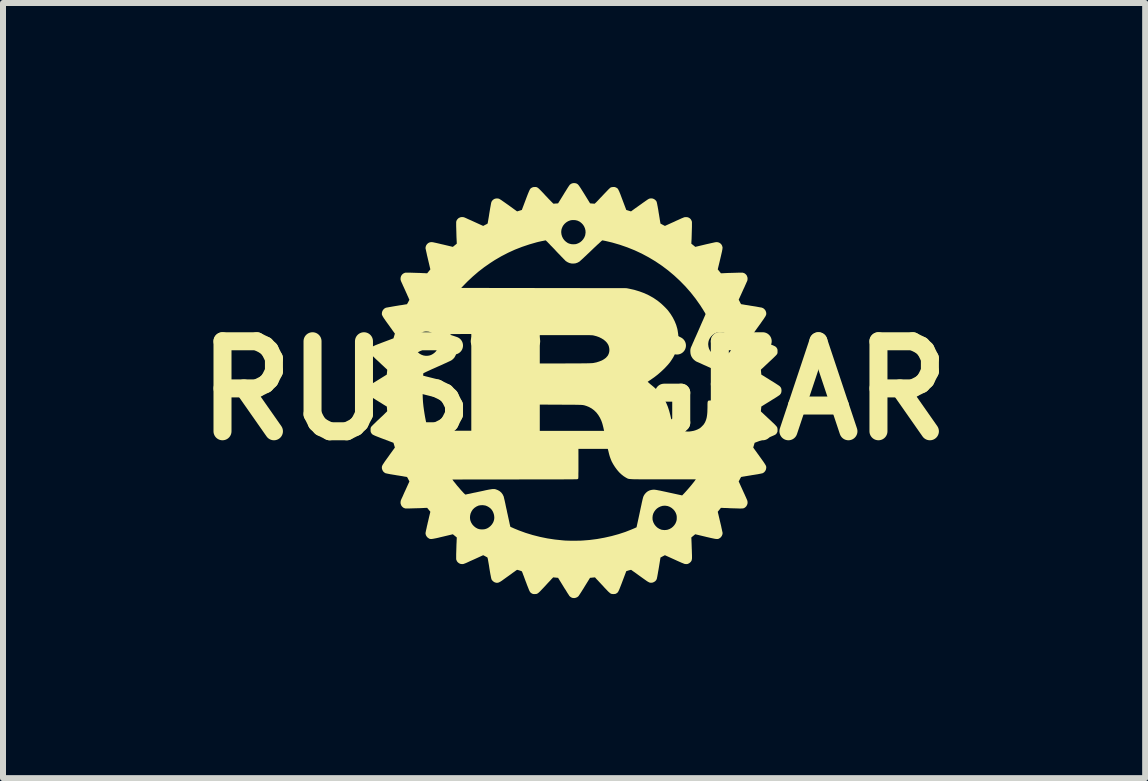
<source format=kicad_pcb>
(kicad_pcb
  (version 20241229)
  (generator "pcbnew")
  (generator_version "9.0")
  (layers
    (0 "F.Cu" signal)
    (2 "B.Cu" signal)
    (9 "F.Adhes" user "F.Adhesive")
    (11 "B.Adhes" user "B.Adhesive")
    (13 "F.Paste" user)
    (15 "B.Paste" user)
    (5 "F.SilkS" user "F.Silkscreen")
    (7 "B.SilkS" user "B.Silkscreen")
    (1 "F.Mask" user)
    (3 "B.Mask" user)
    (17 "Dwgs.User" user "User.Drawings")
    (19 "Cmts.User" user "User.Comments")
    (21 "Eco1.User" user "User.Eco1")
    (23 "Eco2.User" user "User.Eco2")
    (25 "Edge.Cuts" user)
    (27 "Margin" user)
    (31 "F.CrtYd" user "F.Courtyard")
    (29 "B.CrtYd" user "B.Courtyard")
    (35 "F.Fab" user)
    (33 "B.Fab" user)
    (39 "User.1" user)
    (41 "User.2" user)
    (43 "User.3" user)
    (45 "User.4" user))
  (footprint "RUST_GEAR"
    (layer "F.Cu")
    (at 6.514 3.457)
    (property "Reference" "RUST_GEAR" (at 0 0 0) (layer "F.SilkS") (effects (font (size 1.5 1.5) (thickness 0.3))))
    (attr board_only exclude_from_pos_files exclude_from_bom)
    (fp_poly (pts (xy 0.021 -3.455) (xy 0.029 -3.453) (xy 0.037 -3.451) (xy 0.044 -3.448) (xy 0.051 -3.444) (xy 0.058 -3.44) (xy 0.065 -3.433) (xy 0.073 -3.425) (xy 0.082 -3.413) (xy 0.092 -3.399) (xy 0.105 -3.38) (xy 0.119 -3.358) (xy 0.136 -3.331) (xy 0.156 -3.299) (xy 0.173 -3.272) (xy 0.267 -3.119) (xy 0.302 -3.116) (xy 0.318 -3.115) (xy 0.331 -3.114) (xy 0.34 -3.114) (xy 0.343 -3.113) (xy 0.347 -3.116) (xy 0.354 -3.123) (xy 0.366 -3.134) (xy 0.381 -3.149) (xy 0.398 -3.167) (xy 0.418 -3.188) (xy 0.44 -3.212) (xy 0.464 -3.236) (xy 0.47 -3.243) (xy 0.502 -3.277) (xy 0.53 -3.306) (xy 0.554 -3.331) (xy 0.573 -3.351) (xy 0.589 -3.366) (xy 0.6 -3.376) (xy 0.606 -3.381) (xy 0.617 -3.386) (xy 0.63 -3.389) (xy 0.646 -3.391) (xy 0.65 -3.391) (xy 0.665 -3.391) (xy 0.676 -3.391) (xy 0.686 -3.388) (xy 0.697 -3.384) (xy 0.697 -3.384) (xy 0.705 -3.38) (xy 0.712 -3.376) (xy 0.719 -3.372) (xy 0.725 -3.366) (xy 0.731 -3.358) (xy 0.737 -3.349) (xy 0.743 -3.336) (xy 0.751 -3.321) (xy 0.759 -3.301) (xy 0.769 -3.277) (xy 0.78 -3.248) (xy 0.793 -3.213) (xy 0.807 -3.176) (xy 0.87 -3.009) (xy 0.909 -2.997) (xy 0.949 -2.985) (xy 1.016 -3.034) (xy 1.057 -3.063) (xy 1.092 -3.088) (xy 1.123 -3.11) (xy 1.149 -3.129) (xy 1.171 -3.144) (xy 1.189 -3.157) (xy 1.205 -3.168) (xy 1.217 -3.176) (xy 1.227 -3.183) (xy 1.235 -3.188) (xy 1.241 -3.191) (xy 1.246 -3.194) (xy 1.25 -3.196) (xy 1.254 -3.197) (xy 1.256 -3.198) (xy 1.281 -3.202) (xy 1.306 -3.2) (xy 1.329 -3.192) (xy 1.349 -3.179) (xy 1.366 -3.162) (xy 1.376 -3.145) (xy 1.378 -3.137) (xy 1.381 -3.124) (xy 1.385 -3.106) (xy 1.389 -3.084) (xy 1.394 -3.06) (xy 1.398 -3.034) (xy 1.399 -3.032) (xy 1.404 -3.002) (xy 1.409 -2.968) (xy 1.415 -2.934) (xy 1.42 -2.902) (xy 1.425 -2.873) (xy 1.427 -2.858) (xy 1.44 -2.782) (xy 1.477 -2.762) (xy 1.514 -2.743) (xy 1.628 -2.795) (xy 1.669 -2.813) (xy 1.704 -2.83) (xy 1.734 -2.843) (xy 1.76 -2.855) (xy 1.78 -2.864) (xy 1.797 -2.872) (xy 1.811 -2.877) (xy 1.822 -2.882) (xy 1.831 -2.885) (xy 1.838 -2.887) (xy 1.843 -2.889) (xy 1.848 -2.89) (xy 1.853 -2.89) (xy 1.858 -2.89) (xy 1.86 -2.89) (xy 1.886 -2.889) (xy 1.91 -2.881) (xy 1.931 -2.868) (xy 1.947 -2.85) (xy 1.959 -2.827) (xy 1.963 -2.814) (xy 1.964 -2.807) (xy 1.964 -2.794) (xy 1.964 -2.776) (xy 1.964 -2.753) (xy 1.964 -2.726) (xy 1.963 -2.696) (xy 1.962 -2.664) (xy 1.961 -2.63) (xy 1.96 -2.595) (xy 1.959 -2.56) (xy 1.958 -2.526) (xy 1.956 -2.493) (xy 1.955 -2.476) (xy 1.954 -2.447) (xy 1.987 -2.421) (xy 2.02 -2.394) (xy 2.183 -2.433) (xy 2.217 -2.441) (xy 2.249 -2.448) (xy 2.279 -2.455) (xy 2.306 -2.461) (xy 2.329 -2.466) (xy 2.347 -2.47) (xy 2.361 -2.472) (xy 2.368 -2.473) (xy 2.393 -2.472) (xy 2.416 -2.465) (xy 2.437 -2.452) (xy 2.454 -2.435) (xy 2.466 -2.414) (xy 2.473 -2.39) (xy 2.474 -2.382) (xy 2.474 -2.377) (xy 2.473 -2.37) (xy 2.472 -2.361) (xy 2.471 -2.351) (xy 2.468 -2.337) (xy 2.465 -2.32) (xy 2.46 -2.298) (xy 2.454 -2.272) (xy 2.447 -2.241) (xy 2.438 -2.203) (xy 2.435 -2.19) (xy 2.394 -2.019) (xy 2.421 -1.986) (xy 2.447 -1.954) (xy 2.481 -1.955) (xy 2.521 -1.957) (xy 2.561 -1.959) (xy 2.6 -1.96) (xy 2.638 -1.961) (xy 2.674 -1.962) (xy 2.708 -1.963) (xy 2.738 -1.964) (xy 2.764 -1.964) (xy 2.785 -1.964) (xy 2.801 -1.964) (xy 2.811 -1.964) (xy 2.814 -1.963) (xy 2.838 -1.955) (xy 2.858 -1.94) (xy 2.875 -1.921) (xy 2.88 -1.91) (xy 2.889 -1.886) (xy 2.891 -1.861) (xy 2.888 -1.837) (xy 2.886 -1.831) (xy 2.884 -1.825) (xy 2.879 -1.814) (xy 2.871 -1.797) (xy 2.862 -1.776) (xy 2.851 -1.752) (xy 2.839 -1.724) (xy 2.825 -1.695) (xy 2.812 -1.666) (xy 2.743 -1.514) (xy 2.762 -1.478) (xy 2.769 -1.463) (xy 2.776 -1.451) (xy 2.781 -1.443) (xy 2.783 -1.44) (xy 2.787 -1.439) (xy 2.797 -1.437) (xy 2.812 -1.435) (xy 2.833 -1.431) (xy 2.857 -1.427) (xy 2.885 -1.423) (xy 2.916 -1.418) (xy 2.949 -1.412) (xy 2.983 -1.407) (xy 3.015 -1.402) (xy 3.044 -1.397) (xy 3.07 -1.392) (xy 3.092 -1.388) (xy 3.11 -1.385) (xy 3.122 -1.383) (xy 3.127 -1.382) (xy 3.15 -1.373) (xy 3.169 -1.358) (xy 3.185 -1.34) (xy 3.196 -1.317) (xy 3.202 -1.294) (xy 3.202 -1.283) (xy 3.202 -1.275) (xy 3.201 -1.268) (xy 3.199 -1.26) (xy 3.195 -1.251) (xy 3.19 -1.24) (xy 3.182 -1.227) (xy 3.172 -1.212) (xy 3.16 -1.193) (xy 3.144 -1.171) (xy 3.125 -1.144) (xy 3.103 -1.112) (xy 3.091 -1.096) (xy 3.071 -1.068) (xy 3.052 -1.042) (xy 3.035 -1.018) (xy 3.02 -0.997) (xy 3.008 -0.98) (xy 2.998 -0.966) (xy 2.991 -0.957) (xy 2.988 -0.953) (xy 2.988 -0.953) (xy 2.988 -0.948) (xy 2.99 -0.937) (xy 2.994 -0.921) (xy 2.997 -0.909) (xy 3.009 -0.87) (xy 3.176 -0.807) (xy 3.216 -0.792) (xy 3.249 -0.779) (xy 3.277 -0.768) (xy 3.3 -0.759) (xy 3.319 -0.751) (xy 3.334 -0.744) (xy 3.346 -0.738) (xy 3.356 -0.732) (xy 3.363 -0.727) (xy 3.368 -0.721) (xy 3.373 -0.716) (xy 3.377 -0.709) (xy 3.38 -0.704) (xy 3.385 -0.696) (xy 3.388 -0.688) (xy 3.389 -0.679) (xy 3.39 -0.666) (xy 3.39 -0.655) (xy 3.39 -0.638) (xy 3.389 -0.627) (xy 3.387 -0.618) (xy 3.383 -0.61) (xy 3.38 -0.605) (xy 3.375 -0.598) (xy 3.365 -0.587) (xy 3.349 -0.571) (xy 3.329 -0.551) (xy 3.304 -0.527) (xy 3.274 -0.499) (xy 3.247 -0.474) (xy 3.223 -0.451) (xy 3.199 -0.429) (xy 3.178 -0.409) (xy 3.159 -0.391) (xy 3.143 -0.376) (xy 3.13 -0.365) (xy 3.122 -0.357) (xy 3.118 -0.354) (xy 3.118 -0.354) (xy 3.115 -0.351) (xy 3.114 -0.347) (xy 3.113 -0.341) (xy 3.114 -0.331) (xy 3.115 -0.316) (xy 3.116 -0.307) (xy 3.12 -0.266) (xy 3.173 -0.234) (xy 3.19 -0.223) (xy 3.211 -0.21) (xy 3.236 -0.195) (xy 3.262 -0.178) (xy 3.29 -0.161) (xy 3.317 -0.145) (xy 3.321 -0.142) (xy 3.345 -0.127) (xy 3.368 -0.112) (xy 3.388 -0.099) (xy 3.405 -0.088) (xy 3.418 -0.079) (xy 3.427 -0.072) (xy 3.429 -0.07) (xy 3.444 -0.052) (xy 3.453 -0.031) (xy 3.456 -0.007) (xy 3.456 0) (xy 3.454 0.026) (xy 3.446 0.048) (xy 3.432 0.067) (xy 3.427 0.072) (xy 3.421 0.077) (xy 3.409 0.085) (xy 3.394 0.095) (xy 3.375 0.108) (xy 3.354 0.121) (xy 3.331 0.136) (xy 3.325 0.139) (xy 3.299 0.155) (xy 3.271 0.173) (xy 3.243 0.19) (xy 3.217 0.206) (xy 3.194 0.22) (xy 3.178 0.23) (xy 3.12 0.266) (xy 3.116 0.307) (xy 3.114 0.325) (xy 3.113 0.337) (xy 3.113 0.344) (xy 3.115 0.349) (xy 3.117 0.352) (xy 3.12 0.355) (xy 3.124 0.359) (xy 3.133 0.367) (xy 3.146 0.379) (xy 3.162 0.394) (xy 3.181 0.412) (xy 3.203 0.432) (xy 3.226 0.454) (xy 3.251 0.477) (xy 3.281 0.505) (xy 3.306 0.529) (xy 3.328 0.549) (xy 3.345 0.566) (xy 3.358 0.58) (xy 3.369 0.592) (xy 3.377 0.602) (xy 3.383 0.611) (xy 3.386 0.62) (xy 3.388 0.628) (xy 3.389 0.636) (xy 3.39 0.646) (xy 3.39 0.656) (xy 3.39 0.672) (xy 3.389 0.683) (xy 3.386 0.692) (xy 3.382 0.7) (xy 3.38 0.704) (xy 3.376 0.711) (xy 3.371 0.718) (xy 3.367 0.723) (xy 3.361 0.729) (xy 3.353 0.734) (xy 3.343 0.74) (xy 3.33 0.746) (xy 3.314 0.753) (xy 3.293 0.762) (xy 3.269 0.772) (xy 3.239 0.783) (xy 3.204 0.796) (xy 3.176 0.807) (xy 3.009 0.87) (xy 2.997 0.909) (xy 2.985 0.949) (xy 3.009 0.983) (xy 3.017 0.994) (xy 3.028 1.009) (xy 3.042 1.028) (xy 3.058 1.051) (xy 3.076 1.075) (xy 3.094 1.101) (xy 3.113 1.127) (xy 3.135 1.158) (xy 3.153 1.183) (xy 3.168 1.205) (xy 3.179 1.222) (xy 3.188 1.237) (xy 3.195 1.249) (xy 3.199 1.259) (xy 3.201 1.269) (xy 3.202 1.277) (xy 3.202 1.286) (xy 3.201 1.294) (xy 3.196 1.318) (xy 3.185 1.34) (xy 3.169 1.359) (xy 3.15 1.373) (xy 3.144 1.376) (xy 3.137 1.378) (xy 3.124 1.381) (xy 3.106 1.385) (xy 3.085 1.389) (xy 3.06 1.394) (xy 3.035 1.398) (xy 3.034 1.398) (xy 3.004 1.403) (xy 2.97 1.408) (xy 2.936 1.414) (xy 2.904 1.419) (xy 2.875 1.424) (xy 2.862 1.426) (xy 2.839 1.43) (xy 2.819 1.433) (xy 2.803 1.436) (xy 2.791 1.438) (xy 2.784 1.44) (xy 2.783 1.44) (xy 2.781 1.444) (xy 2.776 1.452) (xy 2.769 1.464) (xy 2.762 1.478) (xy 2.743 1.514) (xy 2.812 1.666) (xy 2.826 1.697) (xy 2.84 1.727) (xy 2.852 1.754) (xy 2.863 1.778) (xy 2.872 1.799) (xy 2.879 1.815) (xy 2.884 1.826) (xy 2.886 1.832) (xy 2.891 1.856) (xy 2.89 1.881) (xy 2.883 1.904) (xy 2.871 1.926) (xy 2.854 1.944) (xy 2.836 1.956) (xy 2.831 1.959) (xy 2.824 1.961) (xy 2.816 1.962) (xy 2.806 1.964) (xy 2.793 1.964) (xy 2.777 1.965) (xy 2.756 1.965) (xy 2.731 1.964) (xy 2.7 1.963) (xy 2.663 1.962) (xy 2.657 1.962) (xy 2.624 1.961) (xy 2.593 1.96) (xy 2.563 1.958) (xy 2.536 1.957) (xy 2.513 1.957) (xy 2.495 1.956) (xy 2.483 1.955) (xy 2.481 1.955) (xy 2.447 1.954) (xy 2.421 1.986) (xy 2.394 2.019) (xy 2.434 2.189) (xy 2.442 2.223) (xy 2.45 2.256) (xy 2.456 2.286) (xy 2.462 2.312) (xy 2.467 2.336) (xy 2.471 2.354) (xy 2.474 2.367) (xy 2.475 2.375) (xy 2.475 2.375) (xy 2.471 2.399) (xy 2.462 2.421) (xy 2.447 2.442) (xy 2.429 2.458) (xy 2.421 2.462) (xy 2.414 2.466) (xy 2.406 2.47) (xy 2.398 2.472) (xy 2.389 2.473) (xy 2.378 2.473) (xy 2.364 2.472) (xy 2.348 2.47) (xy 2.328 2.466) (xy 2.304 2.461) (xy 2.276 2.455) (xy 2.242 2.447) (xy 2.202 2.438) (xy 2.183 2.433) (xy 2.019 2.394) (xy 1.986 2.421) (xy 1.954 2.447) (xy 1.955 2.476) (xy 1.956 2.486) (xy 1.956 2.501) (xy 1.957 2.522) (xy 1.958 2.547) (xy 1.959 2.576) (xy 1.96 2.607) (xy 1.961 2.639) (xy 1.962 2.652) (xy 1.963 2.691) (xy 1.964 2.723) (xy 1.965 2.75) (xy 1.965 2.772) (xy 1.965 2.79) (xy 1.964 2.804) (xy 1.962 2.815) (xy 1.96 2.824) (xy 1.958 2.832) (xy 1.954 2.839) (xy 1.95 2.846) (xy 1.947 2.85) (xy 1.934 2.864) (xy 1.917 2.877) (xy 1.897 2.887) (xy 1.894 2.888) (xy 1.884 2.89) (xy 1.871 2.891) (xy 1.859 2.89) (xy 1.853 2.89) (xy 1.848 2.889) (xy 1.841 2.888) (xy 1.833 2.885) (xy 1.823 2.881) (xy 1.811 2.876) (xy 1.795 2.87) (xy 1.775 2.861) (xy 1.752 2.851) (xy 1.723 2.838) (xy 1.688 2.822) (xy 1.675 2.816) (xy 1.514 2.743) (xy 1.477 2.762) (xy 1.44 2.782) (xy 1.412 2.954) (xy 1.406 2.989) (xy 1.4 3.021) (xy 1.395 3.052) (xy 1.39 3.079) (xy 1.386 3.102) (xy 1.382 3.12) (xy 1.379 3.134) (xy 1.378 3.141) (xy 1.377 3.141) (xy 1.367 3.16) (xy 1.351 3.177) (xy 1.331 3.19) (xy 1.309 3.199) (xy 1.294 3.201) (xy 1.282 3.202) (xy 1.27 3.201) (xy 1.259 3.199) (xy 1.246 3.193) (xy 1.231 3.185) (xy 1.213 3.174) (xy 1.192 3.159) (xy 1.172 3.145) (xy 1.134 3.118) (xy 1.098 3.092) (xy 1.066 3.069) (xy 1.036 3.047) (xy 1.011 3.029) (xy 0.989 3.014) (xy 0.972 3.002) (xy 0.96 2.993) (xy 0.952 2.988) (xy 0.95 2.987) (xy 0.946 2.987) (xy 0.936 2.99) (xy 0.922 2.993) (xy 0.908 2.997) (xy 0.87 3.009) (xy 0.807 3.176) (xy 0.792 3.216) (xy 0.779 3.249) (xy 0.768 3.277) (xy 0.759 3.3) (xy 0.751 3.319) (xy 0.744 3.334) (xy 0.738 3.346) (xy 0.732 3.356) (xy 0.727 3.363) (xy 0.721 3.368) (xy 0.716 3.373) (xy 0.709 3.377) (xy 0.704 3.38) (xy 0.695 3.385) (xy 0.687 3.388) (xy 0.677 3.389) (xy 0.664 3.39) (xy 0.656 3.39) (xy 0.645 3.39) (xy 0.636 3.389) (xy 0.628 3.388) (xy 0.619 3.386) (xy 0.611 3.382) (xy 0.602 3.377) (xy 0.592 3.368) (xy 0.58 3.358) (xy 0.565 3.344) (xy 0.548 3.326) (xy 0.528 3.305) (xy 0.503 3.279) (xy 0.481 3.254) (xy 0.458 3.23) (xy 0.436 3.206) (xy 0.416 3.185) (xy 0.398 3.165) (xy 0.382 3.149) (xy 0.37 3.136) (xy 0.362 3.127) (xy 0.359 3.123) (xy 0.348 3.112) (xy 0.307 3.116) (xy 0.266 3.12) (xy 0.175 3.267) (xy 0.157 3.297) (xy 0.139 3.325) (xy 0.123 3.351) (xy 0.108 3.374) (xy 0.095 3.394) (xy 0.084 3.41) (xy 0.077 3.421) (xy 0.072 3.427) (xy 0.072 3.427) (xy 0.053 3.442) (xy 0.03 3.452) (xy 0.006 3.457) (xy -0.018 3.456) (xy -0.031 3.453) (xy -0.049 3.445) (xy -0.066 3.433) (xy -0.079 3.42) (xy -0.082 3.415) (xy -0.088 3.405) (xy -0.098 3.39) (xy -0.11 3.372) (xy -0.124 3.349) (xy -0.139 3.324) (xy -0.157 3.297) (xy -0.175 3.268) (xy -0.176 3.266) (xy -0.266 3.12) (xy -0.307 3.116) (xy -0.348 3.112) (xy -0.357 3.122) (xy -0.361 3.126) (xy -0.37 3.135) (xy -0.382 3.148) (xy -0.397 3.165) (xy -0.415 3.184) (xy -0.436 3.206) (xy -0.458 3.23) (xy -0.479 3.253) (xy -0.507 3.283) (xy -0.531 3.308) (xy -0.551 3.329) (xy -0.567 3.346) (xy -0.581 3.359) (xy -0.593 3.37) (xy -0.603 3.377) (xy -0.612 3.383) (xy -0.62 3.386) (xy -0.629 3.389) (xy -0.637 3.389) (xy -0.647 3.39) (xy -0.656 3.39) (xy -0.672 3.39) (xy -0.683 3.389) (xy -0.692 3.386) (xy -0.7 3.382) (xy -0.704 3.38) (xy -0.711 3.376) (xy -0.718 3.371) (xy -0.724 3.366) (xy -0.729 3.36) (xy -0.735 3.352) (xy -0.741 3.342) (xy -0.747 3.329) (xy -0.754 3.313) (xy -0.762 3.292) (xy -0.772 3.267) (xy -0.784 3.237) (xy -0.797 3.201) (xy -0.805 3.181) (xy -0.817 3.149) (xy -0.828 3.119) (xy -0.838 3.091) (xy -0.848 3.067) (xy -0.855 3.046) (xy -0.862 3.03) (xy -0.866 3.019) (xy -0.868 3.014) (xy -0.868 3.014) (xy -0.872 3.011) (xy -0.881 3.007) (xy -0.894 3.002) (xy -0.909 2.997) (xy -0.923 2.993) (xy -0.936 2.989) (xy -0.946 2.987) (xy -0.95 2.987) (xy -0.952 2.988) (xy -0.956 2.991) (xy -0.963 2.995) (xy -0.973 3.002) (xy -0.985 3.011) (xy -1.002 3.023) (xy -1.022 3.037) (xy -1.046 3.055) (xy -1.075 3.076) (xy -1.109 3.1) (xy -1.148 3.128) (xy -1.177 3.149) (xy -1.203 3.168) (xy -1.225 3.182) (xy -1.243 3.192) (xy -1.259 3.199) (xy -1.274 3.202) (xy -1.287 3.203) (xy -1.302 3.201) (xy -1.315 3.197) (xy -1.332 3.19) (xy -1.349 3.177) (xy -1.364 3.162) (xy -1.375 3.146) (xy -1.375 3.146) (xy -1.377 3.139) (xy -1.38 3.127) (xy -1.384 3.11) (xy -1.388 3.087) (xy -1.394 3.059) (xy -1.4 3.024) (xy -1.407 2.982) (xy -1.411 2.958) (xy -1.417 2.917) (xy -1.423 2.882) (xy -1.428 2.854) (xy -1.432 2.831) (xy -1.435 2.813) (xy -1.438 2.799) (xy -1.441 2.79) (xy -1.443 2.784) (xy -1.444 2.78) (xy -1.445 2.78) (xy -1.45 2.776) (xy -1.461 2.771) (xy -1.474 2.764) (xy -1.482 2.759) (xy -1.514 2.743) (xy -1.663 2.811) (xy -1.701 2.828) (xy -1.733 2.842) (xy -1.76 2.855) (xy -1.782 2.865) (xy -1.8 2.873) (xy -1.815 2.879) (xy -1.826 2.883) (xy -1.836 2.887) (xy -1.843 2.889) (xy -1.849 2.89) (xy -1.855 2.891) (xy -1.86 2.891) (xy -1.866 2.891) (xy -1.866 2.891) (xy -1.892 2.888) (xy -1.915 2.878) (xy -1.935 2.863) (xy -1.951 2.844) (xy -1.961 2.82) (xy -1.964 2.811) (xy -1.964 2.805) (xy -1.964 2.793) (xy -1.964 2.775) (xy -1.964 2.753) (xy -1.964 2.726) (xy -1.963 2.697) (xy -1.962 2.665) (xy -1.961 2.631) (xy -1.96 2.596) (xy -1.959 2.561) (xy -1.957 2.526) (xy -1.956 2.493) (xy -1.955 2.481) (xy -1.954 2.447) (xy -1.986 2.421) (xy -2.019 2.394) (xy -2.183 2.433) (xy -2.226 2.443) (xy -2.262 2.452) (xy -2.293 2.459) (xy -2.319 2.464) (xy -2.34 2.468) (xy -2.358 2.471) (xy -2.373 2.473) (xy -2.384 2.473) (xy -2.394 2.472) (xy -2.403 2.471) (xy -2.411 2.468) (xy -2.418 2.464) (xy -2.421 2.462) (xy -2.441 2.448) (xy -2.457 2.429) (xy -2.469 2.407) (xy -2.474 2.383) (xy -2.475 2.375) (xy -2.474 2.369) (xy -2.471 2.356) (xy -2.468 2.338) (xy -2.463 2.316) (xy -2.457 2.29) (xy -2.451 2.26) (xy -2.443 2.228) (xy -2.436 2.194) (xy -2.434 2.189) (xy -2.416 2.11) (xy -1.734 2.11) (xy -1.732 2.142) (xy -1.726 2.17) (xy -1.712 2.203) (xy -1.692 2.234) (xy -1.668 2.26) (xy -1.639 2.283) (xy -1.608 2.3) (xy -1.584 2.308) (xy -1.567 2.311) (xy -1.547 2.313) (xy -1.525 2.313) (xy -1.503 2.312) (xy -1.485 2.309) (xy -1.481 2.308) (xy -1.449 2.297) (xy -1.419 2.279) (xy -1.392 2.257) (xy -1.369 2.231) (xy -1.351 2.203) (xy -1.35 2.202) (xy -1.339 2.175) (xy -1.332 2.15) (xy -1.329 2.124) (xy -1.329 2.109) (xy -1.333 2.073) (xy -1.343 2.039) (xy -1.358 2.006) (xy -1.379 1.977) (xy -1.395 1.961) (xy -1.416 1.945) (xy -1.439 1.931) (xy -1.462 1.921) (xy -1.471 1.917) (xy -1.497 1.912) (xy -1.525 1.909) (xy -1.553 1.91) (xy -1.58 1.914) (xy -1.593 1.917) (xy -1.628 1.933) (xy -1.659 1.954) (xy -1.686 1.98) (xy -1.707 2.011) (xy -1.723 2.046) (xy -1.724 2.049) (xy -1.731 2.079) (xy -1.734 2.11) (xy -2.416 2.11) (xy -2.394 2.019) (xy -2.421 1.986) (xy -2.447 1.954) (xy -2.481 1.955) (xy -2.521 1.957) (xy -2.561 1.959) (xy -2.6 1.96) (xy -2.638 1.961) (xy -2.674 1.962) (xy -2.708 1.963) (xy -2.738 1.964) (xy -2.764 1.964) (xy -2.785 1.964) (xy -2.801 1.964) (xy -2.811 1.964) (xy -2.814 1.963) (xy -2.838 1.955) (xy -2.858 1.94) (xy -2.875 1.921) (xy -2.88 1.91) (xy -2.889 1.887) (xy -2.891 1.862) (xy -2.888 1.838) (xy -2.886 1.832) (xy -2.884 1.826) (xy -2.879 1.814) (xy -2.872 1.798) (xy -2.862 1.777) (xy -2.851 1.753) (xy -2.839 1.725) (xy -2.826 1.696) (xy -2.812 1.666) (xy -2.743 1.514) (xy -2.759 1.483) (xy -2.027 1.483) (xy -2.024 1.487) (xy -2.018 1.495) (xy -2.009 1.508) (xy -1.997 1.523) (xy -1.982 1.541) (xy -1.966 1.561) (xy -1.949 1.583) (xy -1.939 1.594) (xy -1.918 1.618) (xy -1.898 1.642) (xy -1.879 1.664) (xy -1.861 1.683) (xy -1.845 1.701) (xy -1.831 1.715) (xy -1.82 1.725) (xy -1.813 1.731) (xy -1.81 1.733) (xy -1.806 1.732) (xy -1.795 1.73) (xy -1.779 1.726) (xy -1.758 1.722) (xy -1.732 1.717) (xy -1.702 1.71) (xy -1.67 1.703) (xy -1.634 1.696) (xy -1.597 1.688) (xy -1.593 1.687) (xy -1.545 1.677) (xy -1.504 1.668) (xy -1.469 1.66) (xy -1.438 1.654) (xy -1.413 1.649) (xy -1.391 1.646) (xy -1.373 1.643) (xy -1.358 1.641) (xy -1.345 1.641) (xy -1.334 1.641) (xy -1.324 1.641) (xy -1.315 1.643) (xy -1.306 1.645) (xy -1.3 1.647) (xy -1.267 1.66) (xy -1.237 1.678) (xy -1.211 1.701) (xy -1.19 1.729) (xy -1.175 1.76) (xy -1.171 1.769) (xy -1.17 1.776) (xy -1.167 1.788) (xy -1.163 1.806) (xy -1.157 1.83) (xy -1.151 1.857) (xy -1.144 1.889) (xy -1.137 1.924) (xy -1.129 1.961) (xy -1.12 2) (xy -1.115 2.027) (xy -1.106 2.066) (xy -1.098 2.104) (xy -1.09 2.14) (xy -1.083 2.172) (xy -1.077 2.2) (xy -1.072 2.225) (xy -1.067 2.244) (xy -1.064 2.258) (xy -1.062 2.267) (xy -1.061 2.269) (xy -1.057 2.271) (xy -1.047 2.276) (xy -1.033 2.282) (xy -1.015 2.29) (xy -0.995 2.299) (xy -0.973 2.308) (xy -0.951 2.317) (xy -0.929 2.326) (xy -0.922 2.329) (xy -0.807 2.371) (xy -0.689 2.407) (xy -0.567 2.438) (xy -0.444 2.463) (xy -0.319 2.482) (xy -0.194 2.495) (xy -0.147 2.499) (xy -0.119 2.5) (xy -0.085 2.501) (xy -0.048 2.502) (xy -0.009 2.502) (xy 0.03 2.502) (xy 0.068 2.501) (xy 0.102 2.501) (xy 0.132 2.499) (xy 0.138 2.499) (xy 0.262 2.489) (xy 0.385 2.473) (xy 0.506 2.451) (xy 0.626 2.424) (xy 0.742 2.392) (xy 0.855 2.355) (xy 0.964 2.312) (xy 1.006 2.294) (xy 1.041 2.278) (xy 1.077 2.113) (xy 1.307 2.113) (xy 1.308 2.148) (xy 1.31 2.16) (xy 1.321 2.195) (xy 1.338 2.228) (xy 1.36 2.257) (xy 1.386 2.282) (xy 1.417 2.302) (xy 1.45 2.316) (xy 1.46 2.319) (xy 1.481 2.322) (xy 1.505 2.324) (xy 1.531 2.323) (xy 1.554 2.319) (xy 1.557 2.319) (xy 1.59 2.307) (xy 1.621 2.29) (xy 1.648 2.268) (xy 1.672 2.241) (xy 1.691 2.211) (xy 1.704 2.178) (xy 1.706 2.172) (xy 1.71 2.151) (xy 1.711 2.127) (xy 1.711 2.102) (xy 1.708 2.079) (xy 1.706 2.07) (xy 1.694 2.037) (xy 1.676 2.006) (xy 1.653 1.979) (xy 1.626 1.956) (xy 1.596 1.938) (xy 1.563 1.925) (xy 1.528 1.919) (xy 1.51 1.918) (xy 1.474 1.921) (xy 1.441 1.931) (xy 1.409 1.946) (xy 1.381 1.965) (xy 1.357 1.989) (xy 1.337 2.016) (xy 1.321 2.046) (xy 1.311 2.079) (xy 1.307 2.113) (xy 1.077 2.113) (xy 1.095 2.029) (xy 1.105 1.981) (xy 1.114 1.939) (xy 1.122 1.903) (xy 1.128 1.873) (xy 1.134 1.847) (xy 1.139 1.825) (xy 1.143 1.808) (xy 1.147 1.793) (xy 1.15 1.782) (xy 1.153 1.772) (xy 1.156 1.765) (xy 1.158 1.759) (xy 1.16 1.755) (xy 1.179 1.724) (xy 1.203 1.698) (xy 1.23 1.677) (xy 1.262 1.662) (xy 1.296 1.654) (xy 1.327 1.651) (xy 1.334 1.651) (xy 1.342 1.652) (xy 1.351 1.653) (xy 1.361 1.654) (xy 1.374 1.656) (xy 1.39 1.659) (xy 1.409 1.663) (xy 1.432 1.667) (xy 1.46 1.673) (xy 1.492 1.68) (xy 1.53 1.688) (xy 1.575 1.698) (xy 1.58 1.699) (xy 1.801 1.747) (xy 1.834 1.713) (xy 1.857 1.688) (xy 1.882 1.66) (xy 1.908 1.63) (xy 1.934 1.6) (xy 1.959 1.57) (xy 1.982 1.541) (xy 2.002 1.516) (xy 2.018 1.494) (xy 2.029 1.479) (xy 1.483 1.479) (xy 1.409 1.479) (xy 1.342 1.479) (xy 1.282 1.479) (xy 1.227 1.479) (xy 1.178 1.479) (xy 1.135 1.479) (xy 1.096 1.479) (xy 1.062 1.478) (xy 1.032 1.478) (xy 1.006 1.478) (xy 0.984 1.477) (xy 0.965 1.476) (xy 0.949 1.475) (xy 0.935 1.474) (xy 0.924 1.473) (xy 0.914 1.472) (xy 0.906 1.47) (xy 0.9 1.468) (xy 0.894 1.466) (xy 0.889 1.464) (xy 0.883 1.461) (xy 0.878 1.458) (xy 0.872 1.455) (xy 0.866 1.451) (xy 0.865 1.451) (xy 0.827 1.427) (xy 0.789 1.397) (xy 0.751 1.361) (xy 0.716 1.32) (xy 0.682 1.274) (xy 0.651 1.225) (xy 0.638 1.201) (xy 0.629 1.185) (xy 0.622 1.169) (xy 0.615 1.152) (xy 0.608 1.134) (xy 0.601 1.115) (xy 0.594 1.094) (xy 0.587 1.07) (xy 0.58 1.043) (xy 0.573 1.013) (xy 0.564 0.978) (xy 0.556 0.939) (xy 0.546 0.894) (xy 0.536 0.844) (xy 0.524 0.788) (xy 0.518 0.758) (xy 0.509 0.714) (xy 0.501 0.675) (xy 0.494 0.643) (xy 0.488 0.615) (xy 0.482 0.591) (xy 0.477 0.571) (xy 0.472 0.553) (xy 0.467 0.537) (xy 0.462 0.523) (xy 0.457 0.509) (xy 0.455 0.503) (xy 0.431 0.452) (xy 0.403 0.406) (xy 0.371 0.365) (xy 0.334 0.329) (xy 0.294 0.299) (xy 0.249 0.274) (xy 0.21 0.258) (xy 0.2 0.255) (xy 0.191 0.252) (xy 0.183 0.249) (xy 0.175 0.247) (xy 0.166 0.245) (xy 0.157 0.243) (xy 0.147 0.241) (xy 0.134 0.24) (xy 0.12 0.239) (xy 0.103 0.238) (xy 0.083 0.238) (xy 0.059 0.237) (xy 0.032 0.237) (xy -0.000273 0.236) (xy -0.037 0.236) (xy -0.079 0.236) (xy -0.127 0.236) (xy -0.182 0.236) (xy -0.22 0.235) (xy -0.571 0.234) (xy -0.571 0.463) (xy -0.571 0.693) (xy -0.257 0.694) (xy 0.056 0.695) (xy 0.064 0.703) (xy 0.072 0.711) (xy 0.073 1.083) (xy 0.073 1.145) (xy 0.073 1.203) (xy 0.073 1.255) (xy 0.073 1.302) (xy 0.073 1.343) (xy 0.072 1.379) (xy 0.072 1.409) (xy 0.072 1.433) (xy 0.071 1.45) (xy 0.071 1.461) (xy 0.07 1.464) (xy 0.064 1.472) (xy 0.054 1.477) (xy 0.049 1.477) (xy 0.039 1.478) (xy 0.023 1.478) (xy 0.002 1.478) (xy -0.026 1.479) (xy -0.06 1.479) (xy -0.1 1.479) (xy -0.145 1.479) (xy -0.198 1.48) (xy -0.256 1.48) (xy -0.321 1.48) (xy -0.392 1.48) (xy -0.47 1.48) (xy -0.555 1.48) (xy -0.646 1.48) (xy -0.744 1.48) (xy -0.848 1.48) (xy -0.96 1.481) (xy -0.993 1.481) (xy -1.078 1.481) (xy -1.16 1.481) (xy -1.241 1.481) (xy -1.319 1.481) (xy -1.395 1.481) (xy -1.468 1.481) (xy -1.537 1.481) (xy -1.603 1.481) (xy -1.666 1.481) (xy -1.724 1.481) (xy -1.778 1.481) (xy -1.827 1.481) (xy -1.872 1.482) (xy -1.912 1.482) (xy -1.946 1.482) (xy -1.974 1.482) (xy -1.997 1.482) (xy -2.013 1.482) (xy -2.023 1.482) (xy -2.027 1.483) (xy -2.759 1.483) (xy -2.762 1.478) (xy -2.769 1.463) (xy -2.776 1.451) (xy -2.781 1.443) (xy -2.783 1.44) (xy -2.787 1.439) (xy -2.797 1.437) (xy -2.811 1.435) (xy -2.83 1.432) (xy -2.851 1.428) (xy -2.862 1.426) (xy -2.888 1.422) (xy -2.918 1.417) (xy -2.952 1.412) (xy -2.985 1.406) (xy -3.018 1.401) (xy -3.034 1.398) (xy -3.06 1.394) (xy -3.084 1.389) (xy -3.106 1.385) (xy -3.124 1.381) (xy -3.137 1.378) (xy -3.144 1.376) (xy -3.144 1.376) (xy -3.164 1.363) (xy -3.181 1.346) (xy -3.193 1.324) (xy -3.201 1.3) (xy -3.201 1.294) (xy -3.202 1.285) (xy -3.202 1.276) (xy -3.201 1.267) (xy -3.198 1.257) (xy -3.194 1.247) (xy -3.187 1.234) (xy -3.177 1.219) (xy -3.165 1.201) (xy -3.15 1.178) (xy -3.131 1.152) (xy -3.113 1.127) (xy -3.094 1.101) (xy -3.076 1.075) (xy -3.058 1.05) (xy -3.042 1.028) (xy -3.028 1.009) (xy -3.017 0.993) (xy -3.009 0.983) (xy -2.985 0.949) (xy -2.997 0.909) (xy -3.009 0.87) (xy -3.176 0.807) (xy -3.216 0.792) (xy -3.249 0.779) (xy -3.277 0.768) (xy -3.3 0.759) (xy -3.319 0.751) (xy -3.334 0.744) (xy -3.346 0.738) (xy -3.355 0.733) (xy -3.363 0.727) (xy -3.368 0.722) (xy -3.373 0.716) (xy -3.377 0.709) (xy -3.38 0.704) (xy -3.385 0.696) (xy -3.388 0.688) (xy -3.389 0.679) (xy -3.39 0.666) (xy -3.39 0.655) (xy -3.39 0.638) (xy -3.389 0.626) (xy -3.387 0.618) (xy -3.383 0.61) (xy -3.381 0.606) (xy -3.376 0.599) (xy -3.366 0.589) (xy -3.351 0.573) (xy -3.331 0.554) (xy -3.307 0.531) (xy -3.279 0.503) (xy -3.246 0.473) (xy -3.243 0.47) (xy -3.218 0.446) (xy -3.194 0.424) (xy -3.172 0.403) (xy -3.154 0.385) (xy -3.138 0.369) (xy -3.125 0.357) (xy -3.117 0.348) (xy -3.114 0.344) (xy -3.113 0.343) (xy -3.114 0.338) (xy -3.114 0.327) (xy -3.116 0.312) (xy -3.116 0.302) (xy -3.119 0.267) (xy -3.178 0.231) (xy -3.197 0.219) (xy -3.22 0.204) (xy -3.247 0.188) (xy -3.274 0.171) (xy -3.302 0.154) (xy -3.325 0.139) (xy -3.348 0.125) (xy -3.37 0.111) (xy -3.39 0.098) (xy -3.406 0.087) (xy -3.419 0.078) (xy -3.427 0.072) (xy -3.428 0.071) (xy -3.443 0.054) (xy -3.452 0.034) (xy -3.456 0.011) (xy -3.456 0) (xy -3.455 -0.012) (xy -2.523 -0.012) (xy -2.522 0.032) (xy -2.522 0.075) (xy -2.521 0.115) (xy -2.519 0.153) (xy -2.517 0.185) (xy -2.515 0.208) (xy -2.509 0.265) (xy -2.501 0.323) (xy -2.492 0.382) (xy -2.482 0.441) (xy -2.471 0.497) (xy -2.46 0.55) (xy -2.448 0.599) (xy -2.437 0.642) (xy -2.436 0.645) (xy -2.429 0.669) (xy -2.07 0.669) (xy -1.712 0.669) (xy -1.712 -0.137) (xy -1.712 -0.924) (xy -0.571 -0.924) (xy -0.571 -0.688) (xy -0.571 -0.451) (xy -0.143 -0.452) (xy -0.078 -0.453) (xy -0.02 -0.453) (xy 0.032 -0.453) (xy 0.078 -0.453) (xy 0.118 -0.453) (xy 0.154 -0.454) (xy 0.184 -0.454) (xy 0.211 -0.454) (xy 0.234 -0.455) (xy 0.253 -0.455) (xy 0.269 -0.456) (xy 0.282 -0.456) (xy 0.293 -0.457) (xy 0.302 -0.457) (xy 0.31 -0.458) (xy 0.316 -0.459) (xy 0.32 -0.459) (xy 0.374 -0.47) (xy 0.421 -0.485) (xy 0.464 -0.502) (xy 0.5 -0.523) (xy 0.531 -0.546) (xy 0.555 -0.573) (xy 0.564 -0.585) (xy 0.577 -0.612) (xy 0.586 -0.643) (xy 0.589 -0.676) (xy 0.586 -0.709) (xy 0.578 -0.742) (xy 0.568 -0.765) (xy 0.549 -0.795) (xy 0.524 -0.822) (xy 0.493 -0.848) (xy 0.457 -0.87) (xy 0.417 -0.89) (xy 0.372 -0.906) (xy 0.329 -0.917) (xy 0.325 -0.918) (xy 0.32 -0.919) (xy 0.314 -0.92) (xy 0.307 -0.921) (xy 0.299 -0.921) (xy 0.289 -0.922) (xy 0.277 -0.922) (xy 0.262 -0.923) (xy 0.245 -0.923) (xy 0.224 -0.923) (xy 0.199 -0.923) (xy 0.17 -0.924) (xy 0.136 -0.924) (xy 0.098 -0.924) (xy 0.054 -0.924) (xy 0.004 -0.924) (xy -0.051 -0.924) (xy -0.114 -0.924) (xy -0.136 -0.924) (xy -0.571 -0.924) (xy -1.712 -0.924) (xy -1.712 -0.942) (xy -1.887 -0.942) (xy -1.921 -0.941) (xy -1.953 -0.941) (xy -1.982 -0.941) (xy -2.008 -0.941) (xy -2.029 -0.941) (xy -2.046 -0.94) (xy -2.057 -0.94) (xy -2.061 -0.939) (xy -2.062 -0.939) (xy -2.06 -0.936) (xy -2.056 -0.927) (xy -2.05 -0.912) (xy -2.042 -0.894) (xy -2.033 -0.873) (xy -2.022 -0.849) (xy -2.016 -0.834) (xy -2.004 -0.808) (xy -1.994 -0.784) (xy -1.984 -0.762) (xy -1.976 -0.743) (xy -1.97 -0.728) (xy -1.966 -0.718) (xy -1.965 -0.715) (xy -1.959 -0.681) (xy -1.959 -0.646) (xy -1.964 -0.612) (xy -1.976 -0.581) (xy -1.993 -0.551) (xy -2.015 -0.526) (xy -2.04 -0.506) (xy -2.047 -0.502) (xy -2.06 -0.495) (xy -2.079 -0.486) (xy -2.103 -0.475) (xy -2.13 -0.462) (xy -2.162 -0.448) (xy -2.196 -0.432) (xy -2.234 -0.415) (xy -2.273 -0.398) (xy -2.286 -0.392) (xy -2.331 -0.372) (xy -2.372 -0.354) (xy -2.408 -0.337) (xy -2.439 -0.323) (xy -2.465 -0.311) (xy -2.485 -0.301) (xy -2.5 -0.294) (xy -2.509 -0.289) (xy -2.511 -0.287) (xy -2.512 -0.282) (xy -2.513 -0.271) (xy -2.514 -0.256) (xy -2.516 -0.236) (xy -2.518 -0.214) (xy -2.519 -0.203) (xy -2.52 -0.173) (xy -2.522 -0.137) (xy -2.522 -0.098) (xy -2.523 -0.056) (xy -2.523 -0.012) (xy -3.455 -0.012) (xy -3.454 -0.025) (xy -3.446 -0.047) (xy -3.433 -0.066) (xy -3.427 -0.072) (xy -3.422 -0.076) (xy -3.411 -0.084) (xy -3.395 -0.094) (xy -3.376 -0.107) (xy -3.353 -0.122) (xy -3.327 -0.138) (xy -3.299 -0.155) (xy -3.269 -0.174) (xy -3.267 -0.175) (xy -3.12 -0.266) (xy -3.116 -0.307) (xy -3.114 -0.325) (xy -3.113 -0.336) (xy -3.113 -0.344) (xy -3.114 -0.349) (xy -3.117 -0.352) (xy -3.12 -0.355) (xy -3.124 -0.359) (xy -3.133 -0.367) (xy -3.146 -0.379) (xy -3.162 -0.394) (xy -3.181 -0.412) (xy -3.203 -0.432) (xy -3.226 -0.454) (xy -3.249 -0.476) (xy -3.282 -0.506) (xy -3.311 -0.533) (xy -3.335 -0.557) (xy -3.354 -0.575) (xy -3.368 -0.59) (xy -3.377 -0.6) (xy -3.38 -0.605) (xy -3.385 -0.614) (xy -3.388 -0.621) (xy -3.389 -0.631) (xy -3.39 -0.644) (xy -3.39 -0.655) (xy -3.39 -0.671) (xy -3.389 -0.682) (xy -3.387 -0.691) (xy -3.383 -0.699) (xy -3.38 -0.704) (xy -3.376 -0.711) (xy -3.371 -0.718) (xy -3.367 -0.723) (xy -3.36 -0.729) (xy -3.353 -0.734) (xy -3.343 -0.74) (xy -3.33 -0.746) (xy -3.313 -0.754) (xy -3.293 -0.762) (xy -2.662 -0.762) (xy -2.655 -0.727) (xy -2.642 -0.693) (xy -2.622 -0.662) (xy -2.601 -0.637) (xy -2.572 -0.613) (xy -2.541 -0.596) (xy -2.506 -0.584) (xy -2.471 -0.579) (xy -2.434 -0.58) (xy -2.398 -0.587) (xy -2.397 -0.588) (xy -2.374 -0.597) (xy -2.35 -0.611) (xy -2.327 -0.628) (xy -2.309 -0.645) (xy -2.304 -0.65) (xy -2.289 -0.672) (xy -2.276 -0.696) (xy -2.266 -0.721) (xy -2.261 -0.738) (xy -2.258 -0.757) (xy -2.258 -0.78) (xy -2.259 -0.804) (xy -2.262 -0.827) (xy -2.267 -0.846) (xy -2.268 -0.849) (xy -2.283 -0.881) (xy -2.304 -0.911) (xy -2.33 -0.936) (xy -2.36 -0.957) (xy -2.393 -0.973) (xy -2.41 -0.978) (xy -2.43 -0.982) (xy -2.454 -0.983) (xy -2.479 -0.983) (xy -2.501 -0.98) (xy -2.503 -0.98) (xy -2.533 -0.97) (xy -2.563 -0.955) (xy -2.59 -0.935) (xy -2.615 -0.911) (xy -2.634 -0.884) (xy -2.641 -0.871) (xy -2.655 -0.835) (xy -2.661 -0.798) (xy -2.662 -0.762) (xy -3.293 -0.762) (xy -3.293 -0.762) (xy -3.268 -0.772) (xy -3.238 -0.783) (xy -3.203 -0.797) (xy -3.176 -0.807) (xy -3.009 -0.87) (xy -2.997 -0.909) (xy -2.985 -0.949) (xy -2.993 -0.96) (xy -2.997 -0.965) (xy -3.004 -0.975) (xy -3.015 -0.99) (xy -3.028 -1.008) (xy -3.043 -1.03) (xy -3.061 -1.054) (xy -3.079 -1.08) (xy -3.096 -1.103) (xy -3.12 -1.136) (xy -3.14 -1.164) (xy -3.156 -1.188) (xy -3.17 -1.207) (xy -3.18 -1.224) (xy -3.188 -1.237) (xy -3.194 -1.249) (xy -3.198 -1.258) (xy -3.201 -1.266) (xy -3.202 -1.274) (xy -3.202 -1.282) (xy -3.202 -1.283) (xy -3.199 -1.308) (xy -3.19 -1.331) (xy -3.176 -1.351) (xy -3.158 -1.368) (xy -3.137 -1.379) (xy -3.131 -1.381) (xy -3.125 -1.382) (xy -3.114 -1.384) (xy -3.097 -1.387) (xy -3.076 -1.391) (xy -3.051 -1.395) (xy -3.024 -1.4) (xy -2.995 -1.405) (xy -2.965 -1.41) (xy -2.934 -1.415) (xy -2.905 -1.42) (xy -2.876 -1.424) (xy -2.85 -1.428) (xy -2.828 -1.432) (xy -2.809 -1.435) (xy -2.795 -1.437) (xy -2.787 -1.438) (xy -2.785 -1.439) (xy -2.782 -1.441) (xy -2.778 -1.449) (xy -2.771 -1.46) (xy -2.764 -1.473) (xy -2.757 -1.486) (xy -2.751 -1.498) (xy -2.746 -1.507) (xy -2.744 -1.513) (xy -2.744 -1.513) (xy -2.745 -1.517) (xy -2.75 -1.526) (xy -2.756 -1.541) (xy -2.764 -1.56) (xy -2.775 -1.583) (xy -2.786 -1.609) (xy -2.799 -1.637) (xy -2.811 -1.664) (xy -2.825 -1.695) (xy -2.832 -1.71) (xy -1.88 -1.71) (xy -0.503 -1.708) (xy 0.873 -1.706) (xy 0.914 -1.698) (xy 1.004 -1.678) (xy 1.09 -1.652) (xy 1.171 -1.622) (xy 1.248 -1.586) (xy 1.321 -1.545) (xy 1.389 -1.499) (xy 1.407 -1.485) (xy 1.428 -1.468) (xy 1.452 -1.448) (xy 1.477 -1.425) (xy 1.502 -1.401) (xy 1.525 -1.378) (xy 1.546 -1.356) (xy 1.563 -1.337) (xy 1.567 -1.332) (xy 1.609 -1.275) (xy 1.645 -1.217) (xy 1.676 -1.156) (xy 1.701 -1.095) (xy 1.719 -1.034) (xy 1.725 -1.006) (xy 1.735 -0.94) (xy 1.74 -0.876) (xy 1.738 -0.815) (xy 1.73 -0.756) (xy 1.715 -0.698) (xy 1.694 -0.64) (xy 1.675 -0.597) (xy 1.652 -0.553) (xy 1.626 -0.512) (xy 1.598 -0.471) (xy 1.565 -0.431) (xy 1.527 -0.39) (xy 1.505 -0.367) (xy 1.451 -0.316) (xy 1.396 -0.268) (xy 1.338 -0.223) (xy 1.275 -0.179) (xy 1.274 -0.178) (xy 1.258 -0.168) (xy 1.245 -0.159) (xy 1.235 -0.152) (xy 1.228 -0.148) (xy 1.227 -0.147) (xy 1.229 -0.144) (xy 1.236 -0.138) (xy 1.246 -0.128) (xy 1.26 -0.116) (xy 1.276 -0.102) (xy 1.285 -0.095) (xy 1.319 -0.067) (xy 1.351 -0.039) (xy 1.381 -0.011) (xy 1.408 0.016) (xy 1.431 0.04) (xy 1.446 0.058) (xy 1.48 0.104) (xy 1.51 0.154) (xy 1.537 0.209) (xy 1.562 0.269) (xy 1.584 0.335) (xy 1.603 0.406) (xy 1.621 0.483) (xy 1.623 0.491) (xy 1.628 0.518) (xy 1.633 0.539) (xy 1.638 0.555) (xy 1.643 0.568) (xy 1.649 0.579) (xy 1.656 0.588) (xy 1.664 0.598) (xy 1.665 0.599) (xy 1.691 0.622) (xy 1.722 0.641) (xy 1.757 0.657) (xy 1.796 0.67) (xy 1.837 0.678) (xy 1.879 0.682) (xy 1.922 0.682) (xy 1.959 0.677) (xy 1.995 0.67) (xy 2.027 0.66) (xy 2.057 0.648) (xy 2.07 0.641) (xy 2.086 0.633) (xy 2.1 0.624) (xy 2.113 0.613) (xy 2.129 0.598) (xy 2.133 0.594) (xy 2.148 0.578) (xy 2.16 0.565) (xy 2.168 0.552) (xy 2.177 0.538) (xy 2.182 0.529) (xy 2.193 0.504) (xy 2.202 0.479) (xy 2.209 0.453) (xy 2.214 0.424) (xy 2.218 0.393) (xy 2.221 0.356) (xy 2.222 0.315) (xy 2.223 0.281) (xy 2.223 0.251) (xy 2.223 0.227) (xy 2.224 0.208) (xy 2.225 0.194) (xy 2.228 0.184) (xy 2.23 0.177) (xy 2.234 0.172) (xy 2.239 0.169) (xy 2.24 0.168) (xy 2.245 0.167) (xy 2.258 0.166) (xy 2.278 0.165) (xy 2.305 0.165) (xy 2.338 0.165) (xy 2.379 0.165) (xy 2.383 0.165) (xy 2.519 0.165) (xy 2.521 0.12) (xy 2.523 0.087) (xy 2.524 0.05) (xy 2.524 0.01) (xy 2.524 -0.031) (xy 2.523 -0.073) (xy 2.522 -0.115) (xy 2.521 -0.154) (xy 2.519 -0.191) (xy 2.517 -0.223) (xy 2.515 -0.249) (xy 2.514 -0.254) (xy 2.512 -0.272) (xy 2.274 -0.378) (xy 2.235 -0.395) (xy 2.198 -0.412) (xy 2.163 -0.427) (xy 2.131 -0.442) (xy 2.103 -0.455) (xy 2.078 -0.466) (xy 2.057 -0.475) (xy 2.041 -0.482) (xy 2.031 -0.487) (xy 2.027 -0.49) (xy 1.999 -0.511) (xy 1.975 -0.537) (xy 1.956 -0.567) (xy 1.947 -0.589) (xy 1.941 -0.611) (xy 1.938 -0.637) (xy 1.937 -0.663) (xy 1.939 -0.688) (xy 1.944 -0.709) (xy 1.945 -0.711) (xy 1.947 -0.717) (xy 1.952 -0.729) (xy 1.96 -0.746) (xy 1.97 -0.768) (xy 1.97 -0.77) (xy 2.235 -0.77) (xy 2.239 -0.733) (xy 2.248 -0.699) (xy 2.263 -0.668) (xy 2.284 -0.639) (xy 2.308 -0.615) (xy 2.337 -0.595) (xy 2.368 -0.58) (xy 2.402 -0.571) (xy 2.439 -0.568) (xy 2.447 -0.569) (xy 2.468 -0.571) (xy 2.489 -0.575) (xy 2.499 -0.578) (xy 2.533 -0.593) (xy 2.564 -0.613) (xy 2.59 -0.638) (xy 2.611 -0.667) (xy 2.627 -0.699) (xy 2.636 -0.733) (xy 2.64 -0.77) (xy 2.64 -0.77) (xy 2.637 -0.808) (xy 2.628 -0.842) (xy 2.612 -0.874) (xy 2.59 -0.904) (xy 2.58 -0.914) (xy 2.551 -0.939) (xy 2.52 -0.956) (xy 2.487 -0.968) (xy 2.451 -0.973) (xy 2.435 -0.974) (xy 2.399 -0.97) (xy 2.366 -0.962) (xy 2.336 -0.947) (xy 2.308 -0.926) (xy 2.296 -0.914) (xy 2.271 -0.886) (xy 2.254 -0.857) (xy 2.242 -0.826) (xy 2.236 -0.791) (xy 2.235 -0.77) (xy 1.97 -0.77) (xy 1.981 -0.795) (xy 1.995 -0.825) (xy 2.009 -0.859) (xy 2.026 -0.896) (xy 2.043 -0.934) (xy 2.061 -0.975) (xy 2.072 -1) (xy 2.09 -1.041) (xy 2.107 -1.08) (xy 2.123 -1.117) (xy 2.138 -1.151) (xy 2.152 -1.182) (xy 2.164 -1.21) (xy 2.174 -1.233) (xy 2.182 -1.251) (xy 2.187 -1.264) (xy 2.19 -1.272) (xy 2.191 -1.274) (xy 2.189 -1.279) (xy 2.184 -1.289) (xy 2.176 -1.304) (xy 2.165 -1.321) (xy 2.153 -1.342) (xy 2.139 -1.364) (xy 2.124 -1.387) (xy 2.109 -1.411) (xy 2.101 -1.423) (xy 2.024 -1.532) (xy 1.942 -1.636) (xy 1.855 -1.735) (xy 1.763 -1.829) (xy 1.667 -1.918) (xy 1.567 -2.002) (xy 1.463 -2.08) (xy 1.355 -2.153) (xy 1.243 -2.22) (xy 1.127 -2.282) (xy 1.009 -2.337) (xy 0.887 -2.386) (xy 0.763 -2.429) (xy 0.636 -2.466) (xy 0.518 -2.494) (xy 0.501 -2.497) (xy 0.487 -2.5) (xy 0.475 -2.502) (xy 0.469 -2.502) (xy 0.469 -2.502) (xy 0.466 -2.499) (xy 0.457 -2.492) (xy 0.445 -2.481) (xy 0.429 -2.466) (xy 0.41 -2.448) (xy 0.387 -2.428) (xy 0.362 -2.404) (xy 0.335 -2.379) (xy 0.306 -2.351) (xy 0.285 -2.331) (xy 0.255 -2.302) (xy 0.226 -2.275) (xy 0.199 -2.249) (xy 0.173 -2.225) (xy 0.15 -2.203) (xy 0.129 -2.184) (xy 0.112 -2.169) (xy 0.099 -2.157) (xy 0.09 -2.149) (xy 0.087 -2.147) (xy 0.058 -2.131) (xy 0.026 -2.12) (xy -0.007 -2.116) (xy -0.041 -2.117) (xy -0.074 -2.124) (xy -0.105 -2.137) (xy -0.134 -2.155) (xy -0.146 -2.165) (xy -0.151 -2.171) (xy -0.161 -2.181) (xy -0.175 -2.195) (xy -0.192 -2.213) (xy -0.213 -2.234) (xy -0.235 -2.258) (xy -0.26 -2.283) (xy -0.286 -2.31) (xy -0.313 -2.339) (xy -0.315 -2.342) (xy -0.342 -2.37) (xy -0.367 -2.396) (xy -0.391 -2.42) (xy -0.412 -2.443) (xy -0.431 -2.462) (xy -0.446 -2.478) (xy -0.459 -2.49) (xy -0.467 -2.498) (xy -0.471 -2.502) (xy -0.471 -2.502) (xy -0.476 -2.502) (xy -0.487 -2.5) (xy -0.502 -2.497) (xy -0.521 -2.493) (xy -0.542 -2.489) (xy -0.564 -2.484) (xy -0.587 -2.479) (xy -0.608 -2.474) (xy -0.62 -2.471) (xy -0.745 -2.435) (xy -0.867 -2.394) (xy -0.985 -2.348) (xy -1.099 -2.296) (xy -1.211 -2.238) (xy -1.321 -2.174) (xy -1.395 -2.126) (xy -1.496 -2.056) (xy -1.592 -1.982) (xy -1.684 -1.903) (xy -1.774 -1.819) (xy -1.821 -1.771) (xy -1.88 -1.71) (xy -2.832 -1.71) (xy -2.838 -1.724) (xy -2.851 -1.751) (xy -2.861 -1.775) (xy -2.871 -1.796) (xy -2.878 -1.812) (xy -2.883 -1.823) (xy -2.885 -1.828) (xy -2.891 -1.853) (xy -2.89 -1.879) (xy -2.883 -1.905) (xy -2.88 -1.911) (xy -2.866 -1.932) (xy -2.848 -1.948) (xy -2.826 -1.959) (xy -2.811 -1.964) (xy -2.805 -1.964) (xy -2.793 -1.964) (xy -2.775 -1.964) (xy -2.752 -1.964) (xy -2.726 -1.964) (xy -2.696 -1.963) (xy -2.664 -1.962) (xy -2.63 -1.961) (xy -2.594 -1.96) (xy -2.559 -1.959) (xy -2.524 -1.957) (xy -2.49 -1.956) (xy -2.481 -1.955) (xy -2.447 -1.954) (xy -2.421 -1.986) (xy -2.394 -2.019) (xy -2.434 -2.189) (xy -2.442 -2.223) (xy -2.45 -2.256) (xy -2.456 -2.286) (xy -2.462 -2.312) (xy -2.467 -2.335) (xy -2.471 -2.354) (xy -2.474 -2.367) (xy -2.475 -2.375) (xy -2.475 -2.375) (xy -2.471 -2.399) (xy -2.462 -2.422) (xy -2.448 -2.441) (xy -2.43 -2.457) (xy -2.408 -2.468) (xy -2.385 -2.473) (xy -2.368 -2.473) (xy -2.36 -2.472) (xy -2.346 -2.47) (xy -2.328 -2.466) (xy -2.304 -2.461) (xy -2.277 -2.455) (xy -2.247 -2.448) (xy -2.215 -2.44) (xy -2.183 -2.433) (xy -2.019 -2.394) (xy -1.986 -2.421) (xy -1.954 -2.447) (xy -1.955 -2.481) (xy -1.957 -2.521) (xy -1.959 -2.562) (xy -1.96 -2.601) (xy -1.961 -2.638) (xy -0.214 -2.638) (xy -0.21 -2.602) (xy -0.2 -2.568) (xy -0.184 -2.535) (xy -0.163 -2.506) (xy -0.137 -2.481) (xy -0.107 -2.46) (xy -0.1 -2.456) (xy -0.073 -2.446) (xy -0.043 -2.439) (xy -0.011 -2.437) (xy 0.021 -2.439) (xy 0.035 -2.441) (xy 0.068 -2.453) (xy 0.1 -2.47) (xy 0.128 -2.493) (xy 0.151 -2.519) (xy 0.17 -2.549) (xy 0.184 -2.582) (xy 0.187 -2.597) (xy 0.192 -2.633) (xy 0.19 -2.669) (xy 0.181 -2.704) (xy 0.167 -2.736) (xy 0.148 -2.765) (xy 0.123 -2.791) (xy 0.095 -2.813) (xy 0.062 -2.829) (xy 0.056 -2.831) (xy 0.029 -2.838) (xy 0.00022 -2.841) (xy -0.029 -2.841) (xy -0.056 -2.837) (xy -0.064 -2.835) (xy -0.1 -2.821) (xy -0.132 -2.801) (xy -0.159 -2.777) (xy -0.182 -2.748) (xy -0.192 -2.73) (xy -0.203 -2.704) (xy -0.21 -2.681) (xy -0.213 -2.657) (xy -0.214 -2.638) (xy -1.961 -2.638) (xy -1.961 -2.639) (xy -1.962 -2.675) (xy -1.963 -2.709) (xy -1.964 -2.739) (xy -1.964 -2.764) (xy -1.964 -2.786) (xy -1.964 -2.802) (xy -1.964 -2.811) (xy -1.963 -2.814) (xy -1.955 -2.838) (xy -1.94 -2.858) (xy -1.921 -2.875) (xy -1.91 -2.88) (xy -1.887 -2.889) (xy -1.862 -2.891) (xy -1.838 -2.888) (xy -1.832 -2.886) (xy -1.826 -2.884) (xy -1.814 -2.879) (xy -1.798 -2.872) (xy -1.777 -2.862) (xy -1.753 -2.851) (xy -1.725 -2.839) (xy -1.696 -2.826) (xy -1.666 -2.812) (xy -1.514 -2.743) (xy -1.478 -2.762) (xy -1.463 -2.769) (xy -1.451 -2.776) (xy -1.443 -2.781) (xy -1.44 -2.783) (xy -1.439 -2.787) (xy -1.437 -2.797) (xy -1.435 -2.812) (xy -1.431 -2.833) (xy -1.427 -2.858) (xy -1.422 -2.886) (xy -1.417 -2.917) (xy -1.412 -2.951) (xy -1.411 -2.957) (xy -1.404 -2.998) (xy -1.398 -3.035) (xy -1.392 -3.067) (xy -1.387 -3.095) (xy -1.383 -3.117) (xy -1.379 -3.133) (xy -1.377 -3.142) (xy -1.376 -3.144) (xy -1.363 -3.165) (xy -1.345 -3.182) (xy -1.324 -3.194) (xy -1.301 -3.2) (xy -1.276 -3.201) (xy -1.253 -3.197) (xy -1.246 -3.194) (xy -1.236 -3.188) (xy -1.223 -3.18) (xy -1.206 -3.169) (xy -1.185 -3.154) (xy -1.159 -3.136) (xy -1.128 -3.114) (xy -1.092 -3.089) (xy -1.091 -3.088) (xy -0.949 -2.985) (xy -0.909 -2.997) (xy -0.87 -3.009) (xy -0.807 -3.176) (xy -0.792 -3.216) (xy -0.779 -3.25) (xy -0.768 -3.278) (xy -0.758 -3.302) (xy -0.75 -3.321) (xy -0.743 -3.336) (xy -0.737 -3.348) (xy -0.731 -3.358) (xy -0.725 -3.365) (xy -0.719 -3.371) (xy -0.713 -3.375) (xy -0.706 -3.379) (xy -0.699 -3.382) (xy -0.687 -3.388) (xy -0.676 -3.39) (xy -0.661 -3.391) (xy -0.655 -3.392) (xy -0.645 -3.392) (xy -0.636 -3.391) (xy -0.628 -3.39) (xy -0.62 -3.387) (xy -0.612 -3.383) (xy -0.603 -3.378) (xy -0.592 -3.369) (xy -0.58 -3.358) (xy -0.566 -3.344) (xy -0.549 -3.327) (xy -0.528 -3.305) (xy -0.504 -3.28) (xy -0.476 -3.249) (xy -0.47 -3.243) (xy -0.446 -3.218) (xy -0.424 -3.194) (xy -0.403 -3.173) (xy -0.385 -3.154) (xy -0.369 -3.138) (xy -0.357 -3.126) (xy -0.348 -3.117) (xy -0.344 -3.114) (xy -0.343 -3.113) (xy -0.337 -3.114) (xy -0.327 -3.114) (xy -0.312 -3.116) (xy -0.302 -3.116) (xy -0.266 -3.119) (xy -0.174 -3.268) (xy -0.156 -3.298) (xy -0.138 -3.326) (xy -0.122 -3.352) (xy -0.107 -3.376) (xy -0.094 -3.396) (xy -0.083 -3.412) (xy -0.075 -3.423) (xy -0.071 -3.429) (xy -0.07 -3.429) (xy -0.051 -3.444) (xy -0.029 -3.453) (xy -0.004 -3.457)) (stroke (width 0) (type solid)) (fill yes) (layer "F.SilkS")))
  (gr_rect
    (start -3 -3)
    (end 16.029 9.914)
    (stroke (width 0.1) (type default))
    (fill no)
    (layer "Edge.Cuts")))
</source>
